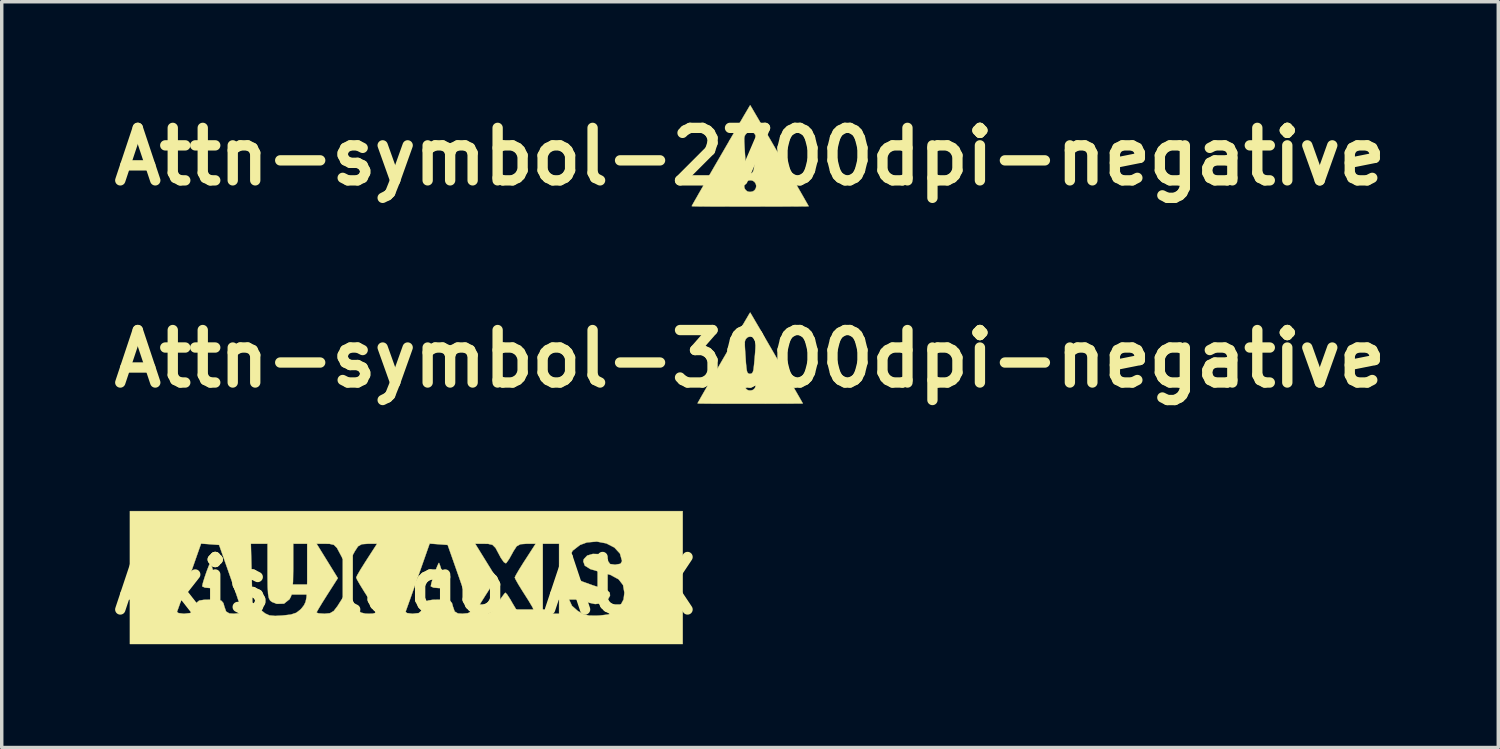
<source format=kicad_pcb>
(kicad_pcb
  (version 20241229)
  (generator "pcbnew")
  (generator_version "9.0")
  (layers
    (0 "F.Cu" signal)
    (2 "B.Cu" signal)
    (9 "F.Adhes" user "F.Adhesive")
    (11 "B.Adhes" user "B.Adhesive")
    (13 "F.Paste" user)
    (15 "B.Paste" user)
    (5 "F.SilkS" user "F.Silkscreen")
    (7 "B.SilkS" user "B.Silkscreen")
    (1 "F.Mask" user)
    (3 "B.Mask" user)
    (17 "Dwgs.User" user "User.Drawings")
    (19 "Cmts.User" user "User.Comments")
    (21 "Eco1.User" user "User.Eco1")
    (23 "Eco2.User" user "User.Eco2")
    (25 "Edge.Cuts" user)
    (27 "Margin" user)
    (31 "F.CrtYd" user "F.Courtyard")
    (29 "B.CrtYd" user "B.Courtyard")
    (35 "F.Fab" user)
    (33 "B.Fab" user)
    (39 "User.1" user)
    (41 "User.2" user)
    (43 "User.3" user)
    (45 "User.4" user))
  (footprint "Attn-symbol-3000dpi-negative"
    (layer "F.Cu")
    (at 18.731 7.369)
    (property "Reference" "Attn-symbol-3000dpi-negative" (at 0 0 0) (layer "F.SilkS") (effects (font (size 1.524 1.524) (thickness 0.3))))
    (attr through_hole)
    (fp_poly (pts (xy 0.009 -1.336) (xy 0.022 -1.315) (xy 0.042 -1.281) (xy 0.069 -1.235) (xy 0.103 -1.177) (xy 0.142 -1.11) (xy 0.187 -1.033) (xy 0.237 -0.948) (xy 0.291 -0.856) (xy 0.348 -0.756) (xy 0.409 -0.651) (xy 0.473 -0.542) (xy 0.539 -0.428) (xy 0.607 -0.311) (xy 0.676 -0.192) (xy 0.745 -0.072) (xy 0.815 0.048) (xy 0.885 0.169) (xy 0.953 0.287) (xy 1.02 0.403) (xy 1.086 0.516) (xy 1.148 0.625) (xy 1.208 0.729) (xy 1.265 0.827) (xy 1.317 0.919) (xy 1.365 1.002) (xy 1.408 1.077) (xy 1.446 1.143) (xy 1.477 1.198) (xy 1.502 1.242) (xy 1.52 1.274) (xy 1.53 1.292) (xy 1.532 1.297) (xy 1.524 1.298) (xy 1.5 1.299) (xy 1.46 1.299) (xy 1.406 1.3) (xy 1.338 1.3) (xy 1.258 1.301) (xy 1.166 1.301) (xy 1.063 1.302) (xy 0.949 1.302) (xy 0.826 1.303) (xy 0.695 1.303) (xy 0.556 1.303) (xy 0.41 1.304) (xy 0.259 1.304) (xy 0.102 1.304) (xy 0.004 1.304) (xy -0.188 1.304) (xy -0.363 1.304) (xy -0.523 1.304) (xy -0.668 1.304) (xy -0.799 1.303) (xy -0.916 1.303) (xy -1.021 1.303) (xy -1.113 1.303) (xy -1.194 1.302) (xy -1.264 1.302) (xy -1.324 1.301) (xy -1.374 1.3) (xy -1.416 1.3) (xy -1.45 1.299) (xy -1.476 1.298) (xy -1.496 1.297) (xy -1.51 1.296) (xy -1.518 1.294) (xy -1.522 1.293) (xy -1.523 1.292) (xy -1.518 1.283) (xy -1.505 1.259) (xy -1.485 1.224) (xy -1.458 1.176) (xy -1.425 1.117) (xy -1.385 1.048) (xy -1.341 0.971) (xy -1.291 0.884) (xy -1.238 0.791) (xy -1.217 0.755) (xy -0.151 0.755) (xy -0.15 0.799) (xy -0.136 0.841) (xy -0.116 0.869) (xy -0.094 0.891) (xy -0.071 0.907) (xy -0.064 0.911) (xy -0.022 0.921) (xy 0.025 0.921) (xy 0.07 0.91) (xy 0.085 0.903) (xy 0.122 0.875) (xy 0.147 0.838) (xy 0.16 0.795) (xy 0.16 0.75) (xy 0.147 0.706) (xy 0.121 0.667) (xy 0.113 0.659) (xy 0.078 0.634) (xy 0.038 0.621) (xy 0.001 0.618) (xy -0.046 0.625) (xy -0.086 0.646) (xy -0.118 0.676) (xy -0.14 0.713) (xy -0.151 0.755) (xy -1.217 0.755) (xy -1.18 0.691) (xy -1.119 0.585) (xy -1.056 0.475) (xy -0.99 0.361) (xy -0.922 0.244) (xy -0.853 0.125) (xy -0.784 0.005) (xy -0.714 -0.115) (xy -0.645 -0.235) (xy -0.576 -0.353) (xy -0.521 -0.448) (xy -0.152 -0.448) (xy -0.151 -0.412) (xy -0.15 -0.366) (xy -0.147 -0.31) (xy -0.143 -0.242) (xy -0.138 -0.16) (xy -0.131 -0.062) (xy -0.131 -0.06) (xy -0.124 0.042) (xy -0.118 0.129) (xy -0.111 0.201) (xy -0.105 0.26) (xy -0.099 0.307) (xy -0.092 0.344) (xy -0.085 0.373) (xy -0.078 0.393) (xy -0.071 0.405) (xy -0.045 0.429) (xy -0.011 0.439) (xy 0.027 0.435) (xy 0.038 0.432) (xy 0.063 0.414) (xy 0.083 0.38) (xy 0.098 0.334) (xy 0.1 0.323) (xy 0.103 0.304) (xy 0.107 0.269) (xy 0.112 0.223) (xy 0.118 0.166) (xy 0.124 0.102) (xy 0.131 0.033) (xy 0.136 -0.025) (xy 0.145 -0.134) (xy 0.152 -0.227) (xy 0.157 -0.305) (xy 0.159 -0.372) (xy 0.159 -0.427) (xy 0.158 -0.472) (xy 0.153 -0.51) (xy 0.147 -0.54) (xy 0.139 -0.564) (xy 0.135 -0.572) (xy 0.11 -0.609) (xy 0.077 -0.632) (xy 0.035 -0.642) (xy 0.012 -0.643) (xy -0.04 -0.636) (xy -0.083 -0.615) (xy -0.117 -0.579) (xy -0.129 -0.559) (xy -0.136 -0.546) (xy -0.141 -0.532) (xy -0.146 -0.517) (xy -0.149 -0.499) (xy -0.151 -0.476) (xy -0.152 -0.448) (xy -0.521 -0.448) (xy -0.509 -0.469) (xy -0.444 -0.581) (xy -0.381 -0.689) (xy -0.321 -0.792) (xy -0.264 -0.889) (xy -0.212 -0.979) (xy -0.164 -1.061) (xy -0.121 -1.134) (xy -0.083 -1.198) (xy -0.052 -1.252) (xy -0.027 -1.294) (xy -0.009 -1.323) (xy 0.002 -1.34) (xy 0.004 -1.343) (xy 0.009 -1.336)) (stroke (width 0.01) (type solid)) (fill yes) (layer "F.SilkS")))
  (footprint "Axis-logo_AUX"
    (layer "F.Cu")
    (at 8.716 13.96)
    (property "Reference" "Axis-logo_AUX" (at 0 0 0) (layer "F.SilkS") (effects (font (size 1.524 1.524) (thickness 0.3))))
    (attr through_hole)
    (fp_poly (pts (xy -5.627 -0.593) (xy -5.575 -0.432) (xy -5.531 -0.288) (xy -5.426 0.068) (xy -5.659 0.068) (xy -5.815 0.054) (xy -5.891 0.019) (xy -5.893 0.012) (xy -5.873 -0.082) (xy -5.825 -0.239) (xy -5.764 -0.417) (xy -5.705 -0.571) (xy -5.664 -0.658) (xy -5.655 -0.664) (xy -5.627 -0.593)) (stroke (width 0.01) (type solid)) (fill yes) (layer "F.SilkS"))
    (fp_poly (pts (xy 1.011 -0.593) (xy 1.063 -0.432) (xy 1.107 -0.288) (xy 1.212 0.068) (xy 0.978 0.068) (xy 0.823 0.054) (xy 0.747 0.019) (xy 0.745 0.012) (xy 0.764 -0.082) (xy 0.812 -0.239) (xy 0.874 -0.417) (xy 0.933 -0.571) (xy 0.974 -0.658) (xy 0.983 -0.664) (xy 1.011 -0.593)) (stroke (width 0.01) (type solid)) (fill yes) (layer "F.SilkS"))
    (fp_poly (pts (xy 8.06 1.693) (xy -7.993 1.693) (xy -7.993 0.759) (xy -6.627 0.759) (xy -6.583 0.794) (xy -6.447 0.812) (xy -6.413 0.813) (xy -6.243 0.794) (xy -6.151 0.713) (xy -6.106 0.61) (xy -6.056 0.493) (xy -5.983 0.432) (xy -5.848 0.41) (xy -5.665 0.406) (xy -5.451 0.411) (xy -5.335 0.437) (xy -5.279 0.503) (xy -5.249 0.61) (xy -5.2 0.749) (xy -5.104 0.805) (xy -4.973 0.813) (xy -4.818 0.798) (xy -4.743 0.762) (xy -4.741 0.756) (xy -4.763 0.675) (xy -4.822 0.49) (xy -4.91 0.226) (xy -5.02 -0.093) (xy -5.072 -0.243) (xy -5.403 -1.185) (xy -5.665 -1.205) (xy -5.857 -1.219) (xy -4.481 -1.219) (xy -4.437 0.486) (xy -4.207 0.691) (xy -4.066 0.805) (xy -3.94 0.862) (xy -3.776 0.877) (xy -3.57 0.866) (xy -3.321 0.838) (xy -3.16 0.785) (xy -3.153 0.78) (xy -2.574 0.78) (xy -2.514 0.802) (xy -2.367 0.812) (xy -2.335 0.813) (xy -2.183 0.798) (xy -2.074 0.734) (xy -1.964 0.591) (xy -1.912 0.508) (xy -1.803 0.337) (xy -1.72 0.226) (xy -1.692 0.203) (xy -1.643 0.257) (xy -1.554 0.396) (xy -1.49 0.508) (xy -1.381 0.69) (xy -1.284 0.78) (xy -1.157 0.81) (xy -1.066 0.813) (xy -0.943 0.811) (xy -0.873 0.791) (xy -0.866 0.759) (xy 0.011 0.759) (xy 0.055 0.794) (xy 0.191 0.812) (xy 0.225 0.813) (xy 0.395 0.794) (xy 0.487 0.713) (xy 0.532 0.61) (xy 0.582 0.493) (xy 0.655 0.432) (xy 0.79 0.41) (xy 0.973 0.406) (xy 1.187 0.411) (xy 1.303 0.437) (xy 1.359 0.503) (xy 1.389 0.61) (xy 1.438 0.749) (xy 1.534 0.805) (xy 1.665 0.813) (xy 1.819 0.798) (xy 1.859 0.78) (xy 2.032 0.78) (xy 2.092 0.802) (xy 2.238 0.812) (xy 2.271 0.813) (xy 2.422 0.798) (xy 2.532 0.734) (xy 2.642 0.591) (xy 2.694 0.508) (xy 2.803 0.337) (xy 2.886 0.226) (xy 2.913 0.203) (xy 2.963 0.257) (xy 3.052 0.396) (xy 3.116 0.508) (xy 3.225 0.69) (xy 3.322 0.78) (xy 3.449 0.81) (xy 3.54 0.813) (xy 3.663 0.811) (xy 3.733 0.791) (xy 3.745 0.734) (xy 3.697 0.621) (xy 3.584 0.431) (xy 3.41 0.158) (xy 3.291 -0.034) (xy 3.209 -0.179) (xy 3.183 -0.239) (xy 3.218 -0.312) (xy 3.309 -0.468) (xy 3.44 -0.678) (xy 3.487 -0.75) (xy 3.79 -1.219) (xy 3.996 -1.219) (xy 3.996 0.813) (xy 4.47 0.813) (xy 4.47 -0.614) (xy 4.741 -0.614) (xy 4.779 -0.419) (xy 4.902 -0.262) (xy 5.128 -0.128) (xy 5.472 -0.004) (xy 5.486 0.000026) (xy 5.736 0.079) (xy 5.879 0.142) (xy 5.941 0.205) (xy 5.949 0.284) (xy 5.948 0.291) (xy 5.869 0.428) (xy 5.711 0.509) (xy 5.518 0.532) (xy 5.334 0.492) (xy 5.205 0.389) (xy 5.182 0.339) (xy 5.095 0.232) (xy 4.935 0.203) (xy 4.794 0.218) (xy 4.749 0.288) (xy 4.754 0.387) (xy 4.843 0.582) (xy 5.012 0.732) (xy 5.177 0.826) (xy 5.344 0.868) (xy 5.571 0.869) (xy 5.649 0.865) (xy 5.896 0.836) (xy 6.056 0.783) (xy 6.178 0.685) (xy 6.208 0.652) (xy 6.343 0.399) (xy 6.367 0.204) (xy 6.328 -0.019) (xy 6.2 -0.186) (xy 5.968 -0.312) (xy 5.667 -0.398) (xy 5.379 -0.483) (xy 5.217 -0.584) (xy 5.173 -0.709) (xy 5.188 -0.771) (xy 5.287 -0.876) (xy 5.451 -0.924) (xy 5.635 -0.918) (xy 5.795 -0.861) (xy 5.886 -0.758) (xy 5.893 -0.713) (xy 5.951 -0.631) (xy 6.096 -0.61) (xy 6.254 -0.638) (xy 6.299 -0.716) (xy 6.238 -0.935) (xy 6.076 -1.11) (xy 5.842 -1.23) (xy 5.566 -1.283) (xy 5.278 -1.258) (xy 5.079 -1.185) (xy 4.861 -1.016) (xy 4.756 -0.783) (xy 4.741 -0.614) (xy 4.47 -0.614) (xy 4.47 -1.219) (xy 3.996 -1.219) (xy 3.79 -1.219) (xy 3.522 -1.219) (xy 3.346 -1.206) (xy 3.237 -1.145) (xy 3.143 -1) (xy 3.118 -0.953) (xy 3.023 -0.782) (xy 2.945 -0.67) (xy 2.925 -0.651) (xy 2.866 -0.686) (xy 2.778 -0.812) (xy 2.722 -0.918) (xy 2.625 -1.099) (xy 2.535 -1.188) (xy 2.408 -1.217) (xy 2.305 -1.219) (xy 2.034 -1.219) (xy 2.651 -0.22) (xy 2.342 0.263) (xy 2.201 0.487) (xy 2.093 0.664) (xy 2.037 0.766) (xy 2.032 0.78) (xy 1.859 0.78) (xy 1.895 0.762) (xy 1.897 0.756) (xy 1.875 0.675) (xy 1.816 0.49) (xy 1.728 0.226) (xy 1.618 -0.093) (xy 1.566 -0.243) (xy 1.235 -1.185) (xy 0.973 -1.205) (xy 0.711 -1.224) (xy 0.373 -0.26) (xy 0.253 0.08) (xy 0.149 0.375) (xy 0.068 0.601) (xy 0.02 0.734) (xy 0.011 0.759) (xy -0.866 0.759) (xy -0.861 0.734) (xy -0.909 0.621) (xy -1.022 0.431) (xy -1.196 0.158) (xy -1.314 -0.034) (xy -1.397 -0.179) (xy -1.422 -0.239) (xy -1.388 -0.312) (xy -1.297 -0.468) (xy -1.165 -0.678) (xy -1.119 -0.75) (xy -0.816 -1.219) (xy -1.084 -1.219) (xy -1.26 -1.206) (xy -1.368 -1.145) (xy -1.463 -1) (xy -1.488 -0.953) (xy -1.583 -0.782) (xy -1.661 -0.67) (xy -1.68 -0.651) (xy -1.739 -0.686) (xy -1.828 -0.812) (xy -1.884 -0.918) (xy -1.981 -1.099) (xy -2.071 -1.188) (xy -2.198 -1.217) (xy -2.301 -1.219) (xy -2.572 -1.219) (xy -1.955 -0.22) (xy -2.264 0.263) (xy -2.405 0.487) (xy -2.512 0.664) (xy -2.569 0.766) (xy -2.574 0.78) (xy -3.153 0.78) (xy -3.04 0.691) (xy -3.004 0.652) (xy -2.937 0.565) (xy -2.892 0.471) (xy -2.865 0.341) (xy -2.851 0.149) (xy -2.845 -0.134) (xy -2.845 -0.376) (xy -2.845 -1.219) (xy -3.251 -1.219) (xy -3.251 -0.489) (xy -3.257 -0.124) (xy -3.276 0.13) (xy -3.311 0.298) (xy -3.357 0.391) (xy -3.518 0.52) (xy -3.727 0.526) (xy -3.865 0.472) (xy -3.921 0.43) (xy -3.958 0.359) (xy -3.981 0.235) (xy -3.992 0.032) (xy -3.996 -0.273) (xy -3.996 -0.409) (xy -3.996 -1.219) (xy -4.481 -1.219) (xy -5.857 -1.219) (xy -5.927 -1.224) (xy -6.265 -0.26) (xy -6.385 0.08) (xy -6.489 0.375) (xy -6.569 0.601) (xy -6.617 0.734) (xy -6.627 0.759) (xy -7.993 0.759) (xy -7.993 -2.167) (xy 8.06 -2.167) (xy 8.06 1.693)) (stroke (width 0.01) (type solid)) (fill yes) (layer "F.SilkS")))
  (footprint "Attn-symbol-2700dpi-negative"
    (layer "F.Cu")
    (at 18.731 1.498)
    (property "Reference" "Attn-symbol-2700dpi-negative" (at 0 0 0) (layer "F.SilkS") (effects (font (size 1.524 1.524) (thickness 0.3))))
    (attr through_hole)
    (fp_poly (pts (xy 0.01 -1.484) (xy 0.024 -1.461) (xy 0.047 -1.423) (xy 0.077 -1.372) (xy 0.114 -1.308) (xy 0.158 -1.233) (xy 0.208 -1.148) (xy 0.263 -1.054) (xy 0.323 -0.951) (xy 0.387 -0.841) (xy 0.455 -0.724) (xy 0.526 -0.602) (xy 0.599 -0.476) (xy 0.674 -0.346) (xy 0.751 -0.214) (xy 0.828 -0.08) (xy 0.906 0.054) (xy 0.983 0.187) (xy 1.059 0.319) (xy 1.134 0.448) (xy 1.206 0.574) (xy 1.276 0.695) (xy 1.343 0.81) (xy 1.405 0.919) (xy 1.464 1.021) (xy 1.517 1.114) (xy 1.565 1.197) (xy 1.606 1.27) (xy 1.641 1.331) (xy 1.669 1.38) (xy 1.689 1.415) (xy 1.7 1.436) (xy 1.703 1.441) (xy 1.693 1.442) (xy 1.666 1.443) (xy 1.622 1.444) (xy 1.562 1.444) (xy 1.487 1.445) (xy 1.398 1.446) (xy 1.295 1.446) (xy 1.181 1.447) (xy 1.055 1.447) (xy 0.918 1.448) (xy 0.772 1.448) (xy 0.618 1.448) (xy 0.456 1.448) (xy 0.288 1.449) (xy 0.113 1.449) (xy 0.004 1.449) (xy -0.209 1.449) (xy -0.404 1.449) (xy -0.581 1.449) (xy -0.743 1.448) (xy -0.888 1.448) (xy -1.018 1.448) (xy -1.134 1.448) (xy -1.237 1.447) (xy -1.327 1.447) (xy -1.404 1.446) (xy -1.471 1.446) (xy -1.527 1.445) (xy -1.574 1.444) (xy -1.611 1.443) (xy -1.64 1.442) (xy -1.662 1.441) (xy -1.678 1.44) (xy -1.687 1.438) (xy -1.691 1.437) (xy -1.692 1.436) (xy -1.686 1.425) (xy -1.672 1.399) (xy -1.65 1.359) (xy -1.62 1.306) (xy -1.583 1.241) (xy -1.539 1.165) (xy -1.49 1.078) (xy -1.435 0.983) (xy -1.375 0.879) (xy -1.352 0.839) (xy -0.168 0.839) (xy -0.167 0.888) (xy -0.151 0.935) (xy -0.129 0.966) (xy -0.105 0.989) (xy -0.079 1.008) (xy -0.071 1.012) (xy -0.024 1.024) (xy 0.028 1.023) (xy 0.078 1.011) (xy 0.095 1.004) (xy 0.136 0.972) (xy 0.163 0.931) (xy 0.178 0.883) (xy 0.178 0.833) (xy 0.164 0.785) (xy 0.135 0.741) (xy 0.126 0.732) (xy 0.087 0.704) (xy 0.043 0.69) (xy 0.002 0.687) (xy -0.051 0.695) (xy -0.096 0.717) (xy -0.131 0.751) (xy -0.156 0.793) (xy -0.168 0.839) (xy -1.352 0.839) (xy -1.311 0.768) (xy -1.244 0.65) (xy -1.173 0.528) (xy -1.1 0.401) (xy -1.025 0.271) (xy -0.948 0.139) (xy -0.871 0.006) (xy -0.793 -0.128) (xy -0.716 -0.261) (xy -0.64 -0.392) (xy -0.579 -0.498) (xy -0.168 -0.498) (xy -0.168 -0.457) (xy -0.166 -0.407) (xy -0.163 -0.345) (xy -0.159 -0.269) (xy -0.153 -0.177) (xy -0.146 -0.069) (xy -0.146 -0.066) (xy -0.138 0.047) (xy -0.131 0.143) (xy -0.124 0.223) (xy -0.117 0.289) (xy -0.11 0.341) (xy -0.103 0.383) (xy -0.095 0.414) (xy -0.086 0.437) (xy -0.079 0.451) (xy -0.05 0.476) (xy -0.012 0.488) (xy 0.03 0.484) (xy 0.042 0.48) (xy 0.07 0.46) (xy 0.092 0.423) (xy 0.109 0.371) (xy 0.112 0.359) (xy 0.115 0.337) (xy 0.119 0.299) (xy 0.125 0.248) (xy 0.131 0.185) (xy 0.138 0.114) (xy 0.145 0.037) (xy 0.151 -0.028) (xy 0.161 -0.149) (xy 0.169 -0.252) (xy 0.174 -0.339) (xy 0.177 -0.413) (xy 0.177 -0.474) (xy 0.175 -0.525) (xy 0.171 -0.566) (xy 0.163 -0.6) (xy 0.154 -0.627) (xy 0.15 -0.635) (xy 0.122 -0.676) (xy 0.086 -0.702) (xy 0.039 -0.714) (xy 0.013 -0.715) (xy -0.045 -0.707) (xy -0.092 -0.683) (xy -0.13 -0.643) (xy -0.143 -0.621) (xy -0.151 -0.606) (xy -0.157 -0.591) (xy -0.162 -0.575) (xy -0.165 -0.554) (xy -0.168 -0.529) (xy -0.168 -0.498) (xy -0.579 -0.498) (xy -0.566 -0.521) (xy -0.493 -0.645) (xy -0.423 -0.765) (xy -0.357 -0.88) (xy -0.294 -0.987) (xy -0.235 -1.087) (xy -0.182 -1.179) (xy -0.134 -1.26) (xy -0.092 -1.331) (xy -0.057 -1.391) (xy -0.03 -1.437) (xy -0.01 -1.471) (xy 0.002 -1.489) (xy 0.005 -1.493) (xy 0.01 -1.484)) (stroke (width 0.01) (type solid)) (fill yes) (layer "F.SilkS")))
  (gr_rect
    (start -3 -3)
    (end 40.461 18.658)
    (stroke (width 0.1) (type default))
    (fill no)
    (layer "Edge.Cuts")))
</source>
